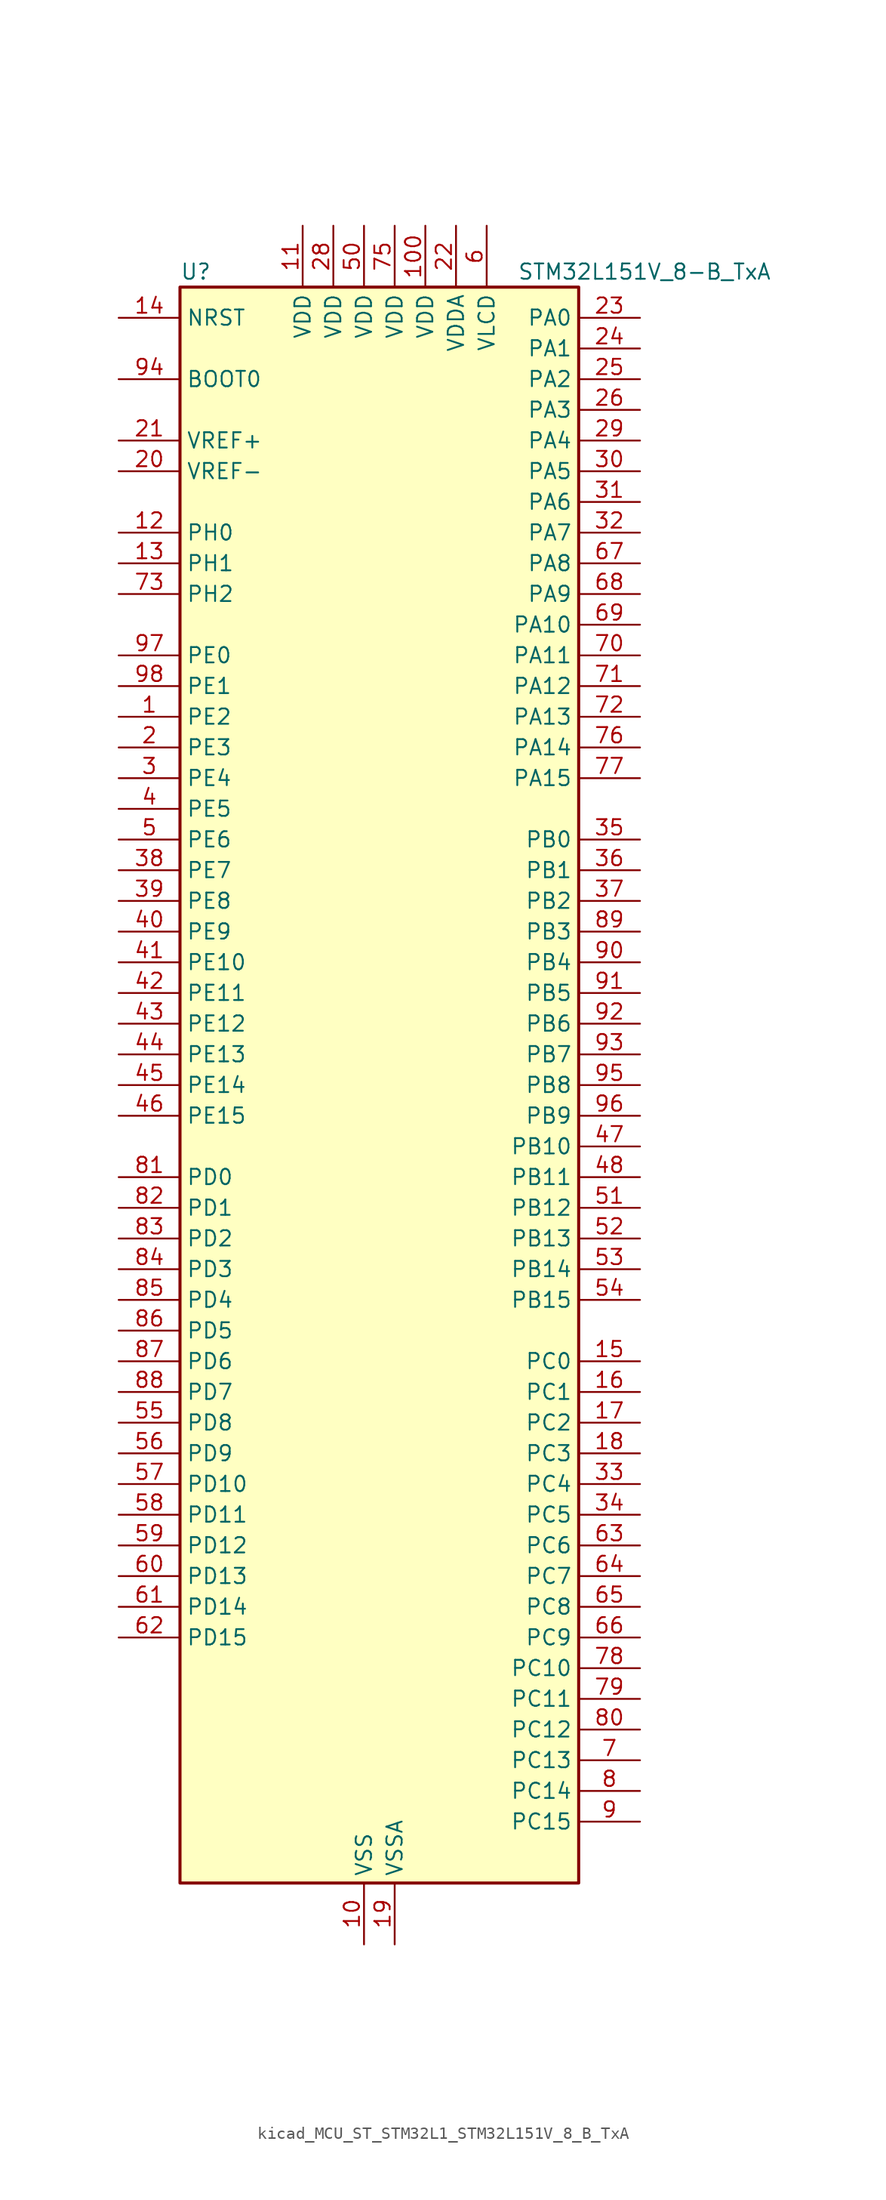
<source format=kicad_sym>
(kicad_symbol_lib
  (version 20220914)
  (generator kicad_symbol_editor)
  (symbol "kicad_MCU_ST_STM32L1_STM32L151V_8_B_TxA"
    (property "Reference" "U"
      (at -15.24 67.31 0)
      (effects (font (size 1.27 1.27)) (justify left)))
    (property "Value" "STM32L151V_8-B_TxA"
      (at 12.7 67.31 0)
      (effects (font (size 1.27 1.27)) (justify left)))
    (property "ki_locked" ""
      (at 0 0 0)
      (effects (font (size 1.27 1.27))))
    (symbol "kicad_MCU_ST_STM32L1_STM32L151V_8_B_TxA_0_1"
      (rectangle (start -15.24 -66.04) (end 17.78 66.04) (stroke (width 0.254) (type default)) (fill (type background))))
    (symbol "kicad_MCU_ST_STM32L1_STM32L151V_8_B_TxA_1_1"
      (pin bidirectional line (at -20.32 30.48 0) (length 5.08) (name "PE2" (effects (font (size 1.27 1.27)))) (number "1" (effects (font (size 1.27 1.27)))) (alternate "SYS_TRACECK" bidirectional line) (alternate "TIM3_ETR" bidirectional line) (alternate "TIMX_IC3" bidirectional line))
      (pin power_in line (at 0 -71.12 90) (length 5.08) (name "VSS" (effects (font (size 1.27 1.27)))) (number "10" (effects (font (size 1.27 1.27)))))
      (pin power_in line (at 5.08 71.12 270) (length 5.08) (name "VDD" (effects (font (size 1.27 1.27)))) (number "100" (effects (font (size 1.27 1.27)))))
      (pin power_in line (at -5.08 71.12 270) (length 5.08) (name "VDD" (effects (font (size 1.27 1.27)))) (number "11" (effects (font (size 1.27 1.27)))))
      (pin bidirectional line (at -20.32 45.72 0) (length 5.08) (name "PH0" (effects (font (size 1.27 1.27)))) (number "12" (effects (font (size 1.27 1.27)))) (alternate "RCC_OSC_IN" bidirectional line))
      (pin bidirectional line (at -20.32 43.18 0) (length 5.08) (name "PH1" (effects (font (size 1.27 1.27)))) (number "13" (effects (font (size 1.27 1.27)))) (alternate "RCC_OSC_OUT" bidirectional line))
      (pin input line (at -20.32 63.5 0) (length 5.08) (name "NRST" (effects (font (size 1.27 1.27)))) (number "14" (effects (font (size 1.27 1.27)))))
      (pin bidirectional line (at 22.86 -22.86 180) (length 5.08) (name "PC0" (effects (font (size 1.27 1.27)))) (number "15" (effects (font (size 1.27 1.27)))) (alternate "ADC_IN10" bidirectional line) (alternate "COMP1_INP" bidirectional line) (alternate "TIMX_IC1" bidirectional line) (alternate "TS_G8_IO1" bidirectional line))
      (pin bidirectional line (at 22.86 -25.4 180) (length 5.08) (name "PC1" (effects (font (size 1.27 1.27)))) (number "16" (effects (font (size 1.27 1.27)))) (alternate "ADC_IN11" bidirectional line) (alternate "COMP1_INP" bidirectional line) (alternate "TIMX_IC2" bidirectional line) (alternate "TS_G8_IO2" bidirectional line))
      (pin bidirectional line (at 22.86 -27.94 180) (length 5.08) (name "PC2" (effects (font (size 1.27 1.27)))) (number "17" (effects (font (size 1.27 1.27)))) (alternate "ADC_IN12" bidirectional line) (alternate "COMP1_INP" bidirectional line) (alternate "TIMX_IC3" bidirectional line) (alternate "TS_G8_IO3" bidirectional line))
      (pin bidirectional line (at 22.86 -30.48 180) (length 5.08) (name "PC3" (effects (font (size 1.27 1.27)))) (number "18" (effects (font (size 1.27 1.27)))) (alternate "ADC_IN13" bidirectional line) (alternate "COMP1_INP" bidirectional line) (alternate "TIMX_IC4" bidirectional line) (alternate "TS_G8_IO4" bidirectional line))
      (pin power_in line (at 2.54 -71.12 90) (length 5.08) (name "VSSA" (effects (font (size 1.27 1.27)))) (number "19" (effects (font (size 1.27 1.27)))))
      (pin bidirectional line (at -20.32 27.94 0) (length 5.08) (name "PE3" (effects (font (size 1.27 1.27)))) (number "2" (effects (font (size 1.27 1.27)))) (alternate "SYS_TRACED0" bidirectional line) (alternate "TIM3_CH1" bidirectional line) (alternate "TIMX_IC4" bidirectional line))
      (pin input line (at -20.32 50.8 0) (length 5.08) (name "VREF-" (effects (font (size 1.27 1.27)))) (number "20" (effects (font (size 1.27 1.27)))))
      (pin input line (at -20.32 53.34 0) (length 5.08) (name "VREF+" (effects (font (size 1.27 1.27)))) (number "21" (effects (font (size 1.27 1.27)))))
      (pin power_in line (at 7.62 71.12 270) (length 5.08) (name "VDDA" (effects (font (size 1.27 1.27)))) (number "22" (effects (font (size 1.27 1.27)))))
      (pin bidirectional line (at 22.86 63.5 180) (length 5.08) (name "PA0" (effects (font (size 1.27 1.27)))) (number "23" (effects (font (size 1.27 1.27)))) (alternate "ADC_IN0" bidirectional line) (alternate "COMP1_INP" bidirectional line) (alternate "RTC_TAMP2" bidirectional line) (alternate "SYS_WKUP1" bidirectional line) (alternate "TIM2_CH1" bidirectional line) (alternate "TIM2_ETR" bidirectional line) (alternate "TIMX_IC1" bidirectional line) (alternate "TS_G1_IO1" bidirectional line) (alternate "USART2_CTS" bidirectional line))
      (pin bidirectional line (at 22.86 60.96 180) (length 5.08) (name "PA1" (effects (font (size 1.27 1.27)))) (number "24" (effects (font (size 1.27 1.27)))) (alternate "ADC_IN1" bidirectional line) (alternate "COMP1_INP" bidirectional line) (alternate "TIM2_CH2" bidirectional line) (alternate "TIMX_IC2" bidirectional line) (alternate "TS_G1_IO2" bidirectional line) (alternate "USART2_RTS" bidirectional line))
      (pin bidirectional line (at 22.86 58.42 180) (length 5.08) (name "PA2" (effects (font (size 1.27 1.27)))) (number "25" (effects (font (size 1.27 1.27)))) (alternate "ADC_IN2" bidirectional line) (alternate "COMP1_INP" bidirectional line) (alternate "TIM2_CH3" bidirectional line) (alternate "TIM9_CH1" bidirectional line) (alternate "TIMX_IC3" bidirectional line) (alternate "TS_G1_IO3" bidirectional line) (alternate "USART2_TX" bidirectional line))
      (pin bidirectional line (at 22.86 55.88 180) (length 5.08) (name "PA3" (effects (font (size 1.27 1.27)))) (number "26" (effects (font (size 1.27 1.27)))) (alternate "ADC_IN3" bidirectional line) (alternate "COMP1_INP" bidirectional line) (alternate "TIM2_CH4" bidirectional line) (alternate "TIM9_CH2" bidirectional line) (alternate "TIMX_IC4" bidirectional line) (alternate "TS_G1_IO4" bidirectional line) (alternate "USART2_RX" bidirectional line))
      (pin passive line (at 0 -71.12 90) (length 5.08) hide (name "VSS" (effects (font (size 1.27 1.27)))) (number "27" (effects (font (size 1.27 1.27)))))
      (pin power_in line (at -2.54 71.12 270) (length 5.08) (name "VDD" (effects (font (size 1.27 1.27)))) (number "28" (effects (font (size 1.27 1.27)))))
      (pin bidirectional line (at 22.86 53.34 180) (length 5.08) (name "PA4" (effects (font (size 1.27 1.27)))) (number "29" (effects (font (size 1.27 1.27)))) (alternate "ADC_IN4" bidirectional line) (alternate "COMP1_INP" bidirectional line) (alternate "DAC_OUT1" bidirectional line) (alternate "SPI1_NSS" bidirectional line) (alternate "TIMX_IC1" bidirectional line) (alternate "USART2_CK" bidirectional line))
      (pin bidirectional line (at -20.32 25.4 0) (length 5.08) (name "PE4" (effects (font (size 1.27 1.27)))) (number "3" (effects (font (size 1.27 1.27)))) (alternate "SYS_TRACED1" bidirectional line) (alternate "TIM3_CH2" bidirectional line) (alternate "TIMX_IC1" bidirectional line))
      (pin bidirectional line (at 22.86 50.8 180) (length 5.08) (name "PA5" (effects (font (size 1.27 1.27)))) (number "30" (effects (font (size 1.27 1.27)))) (alternate "ADC_IN5" bidirectional line) (alternate "COMP1_INP" bidirectional line) (alternate "DAC_OUT2" bidirectional line) (alternate "SPI1_SCK" bidirectional line) (alternate "TIM2_CH1" bidirectional line) (alternate "TIM2_ETR" bidirectional line) (alternate "TIMX_IC2" bidirectional line))
      (pin bidirectional line (at 22.86 48.26 180) (length 5.08) (name "PA6" (effects (font (size 1.27 1.27)))) (number "31" (effects (font (size 1.27 1.27)))) (alternate "ADC_IN6" bidirectional line) (alternate "COMP1_INP" bidirectional line) (alternate "SPI1_MISO" bidirectional line) (alternate "TIM10_CH1" bidirectional line) (alternate "TIM3_CH1" bidirectional line) (alternate "TIMX_IC3" bidirectional line) (alternate "TS_G2_IO1" bidirectional line))
      (pin bidirectional line (at 22.86 45.72 180) (length 5.08) (name "PA7" (effects (font (size 1.27 1.27)))) (number "32" (effects (font (size 1.27 1.27)))) (alternate "ADC_IN7" bidirectional line) (alternate "COMP1_INP" bidirectional line) (alternate "SPI1_MOSI" bidirectional line) (alternate "TIM11_CH1" bidirectional line) (alternate "TIM3_CH2" bidirectional line) (alternate "TIMX_IC4" bidirectional line) (alternate "TS_G2_IO2" bidirectional line))
      (pin bidirectional line (at 22.86 -33.02 180) (length 5.08) (name "PC4" (effects (font (size 1.27 1.27)))) (number "33" (effects (font (size 1.27 1.27)))) (alternate "ADC_IN14" bidirectional line) (alternate "COMP1_INP" bidirectional line) (alternate "TIMX_IC1" bidirectional line) (alternate "TS_G9_IO1" bidirectional line))
      (pin bidirectional line (at 22.86 -35.56 180) (length 5.08) (name "PC5" (effects (font (size 1.27 1.27)))) (number "34" (effects (font (size 1.27 1.27)))) (alternate "ADC_IN15" bidirectional line) (alternate "COMP1_INP" bidirectional line) (alternate "TIMX_IC2" bidirectional line) (alternate "TS_G9_IO2" bidirectional line))
      (pin bidirectional line (at 22.86 20.32 180) (length 5.08) (name "PB0" (effects (font (size 1.27 1.27)))) (number "35" (effects (font (size 1.27 1.27)))) (alternate "ADC_IN8" bidirectional line) (alternate "COMP1_INP" bidirectional line) (alternate "SYS_V_REF_OUT" bidirectional line) (alternate "TIM3_CH3" bidirectional line) (alternate "TS_G3_IO1" bidirectional line))
      (pin bidirectional line (at 22.86 17.78 180) (length 5.08) (name "PB1" (effects (font (size 1.27 1.27)))) (number "36" (effects (font (size 1.27 1.27)))) (alternate "ADC_IN9" bidirectional line) (alternate "COMP1_INP" bidirectional line) (alternate "SYS_V_REF_OUT" bidirectional line) (alternate "TIM3_CH4" bidirectional line) (alternate "TS_G3_IO2" bidirectional line))
      (pin bidirectional line (at 22.86 15.24 180) (length 5.08) (name "PB2" (effects (font (size 1.27 1.27)))) (number "37" (effects (font (size 1.27 1.27)))) (alternate "TS_G3_IO3" bidirectional line))
      (pin bidirectional line (at -20.32 17.78 0) (length 5.08) (name "PE7" (effects (font (size 1.27 1.27)))) (number "38" (effects (font (size 1.27 1.27)))) (alternate "ADC_IN22" bidirectional line) (alternate "COMP1_INP" bidirectional line) (alternate "TIMX_IC4" bidirectional line))
      (pin bidirectional line (at -20.32 15.24 0) (length 5.08) (name "PE8" (effects (font (size 1.27 1.27)))) (number "39" (effects (font (size 1.27 1.27)))) (alternate "ADC_IN23" bidirectional line) (alternate "COMP1_INP" bidirectional line) (alternate "TIMX_IC1" bidirectional line))
      (pin bidirectional line (at -20.32 22.86 0) (length 5.08) (name "PE5" (effects (font (size 1.27 1.27)))) (number "4" (effects (font (size 1.27 1.27)))) (alternate "SYS_TRACED2" bidirectional line) (alternate "TIM9_CH1" bidirectional line) (alternate "TIMX_IC2" bidirectional line))
      (pin bidirectional line (at -20.32 12.7 0) (length 5.08) (name "PE9" (effects (font (size 1.27 1.27)))) (number "40" (effects (font (size 1.27 1.27)))) (alternate "ADC_IN24" bidirectional line) (alternate "COMP1_INP" bidirectional line) (alternate "DAC_EXTI9" bidirectional line) (alternate "TIM2_CH1" bidirectional line) (alternate "TIM2_ETR" bidirectional line) (alternate "TIMX_IC2" bidirectional line))
      (pin bidirectional line (at -20.32 10.16 0) (length 5.08) (name "PE10" (effects (font (size 1.27 1.27)))) (number "41" (effects (font (size 1.27 1.27)))) (alternate "ADC_IN25" bidirectional line) (alternate "COMP1_INP" bidirectional line) (alternate "TIM2_CH2" bidirectional line) (alternate "TIMX_IC3" bidirectional line))
      (pin bidirectional line (at -20.32 7.62 0) (length 5.08) (name "PE11" (effects (font (size 1.27 1.27)))) (number "42" (effects (font (size 1.27 1.27)))) (alternate "ADC_EXTI11" bidirectional line) (alternate "TIM2_CH3" bidirectional line) (alternate "TIMX_IC4" bidirectional line))
      (pin bidirectional line (at -20.32 5.08 0) (length 5.08) (name "PE12" (effects (font (size 1.27 1.27)))) (number "43" (effects (font (size 1.27 1.27)))) (alternate "SPI1_NSS" bidirectional line) (alternate "TIM2_CH4" bidirectional line) (alternate "TIMX_IC1" bidirectional line))
      (pin bidirectional line (at -20.32 2.54 0) (length 5.08) (name "PE13" (effects (font (size 1.27 1.27)))) (number "44" (effects (font (size 1.27 1.27)))) (alternate "SPI1_SCK" bidirectional line) (alternate "TIMX_IC2" bidirectional line))
      (pin bidirectional line (at -20.32 0 0) (length 5.08) (name "PE14" (effects (font (size 1.27 1.27)))) (number "45" (effects (font (size 1.27 1.27)))) (alternate "SPI1_MISO" bidirectional line) (alternate "TIMX_IC3" bidirectional line))
      (pin bidirectional line (at -20.32 -2.54 0) (length 5.08) (name "PE15" (effects (font (size 1.27 1.27)))) (number "46" (effects (font (size 1.27 1.27)))) (alternate "ADC_EXTI15" bidirectional line) (alternate "SPI1_MOSI" bidirectional line) (alternate "TIMX_IC4" bidirectional line))
      (pin bidirectional line (at 22.86 -5.08 180) (length 5.08) (name "PB10" (effects (font (size 1.27 1.27)))) (number "47" (effects (font (size 1.27 1.27)))) (alternate "I2C2_SCL" bidirectional line) (alternate "TIM2_CH3" bidirectional line) (alternate "USART3_TX" bidirectional line))
      (pin bidirectional line (at 22.86 -7.62 180) (length 5.08) (name "PB11" (effects (font (size 1.27 1.27)))) (number "48" (effects (font (size 1.27 1.27)))) (alternate "ADC_EXTI11" bidirectional line) (alternate "I2C2_SDA" bidirectional line) (alternate "TIM2_CH4" bidirectional line) (alternate "USART3_RX" bidirectional line))
      (pin passive line (at 0 -71.12 90) (length 5.08) hide (name "VSS" (effects (font (size 1.27 1.27)))) (number "49" (effects (font (size 1.27 1.27)))))
      (pin bidirectional line (at -20.32 20.32 0) (length 5.08) (name "PE6" (effects (font (size 1.27 1.27)))) (number "5" (effects (font (size 1.27 1.27)))) (alternate "RTC_TAMP3" bidirectional line) (alternate "SYS_TRACED3" bidirectional line) (alternate "SYS_WKUP3" bidirectional line) (alternate "TIM9_CH2" bidirectional line) (alternate "TIMX_IC3" bidirectional line))
      (pin power_in line (at 0 71.12 270) (length 5.08) (name "VDD" (effects (font (size 1.27 1.27)))) (number "50" (effects (font (size 1.27 1.27)))))
      (pin bidirectional line (at 22.86 -10.16 180) (length 5.08) (name "PB12" (effects (font (size 1.27 1.27)))) (number "51" (effects (font (size 1.27 1.27)))) (alternate "ADC_IN18" bidirectional line) (alternate "COMP1_INP" bidirectional line) (alternate "I2C2_SMBA" bidirectional line) (alternate "SPI2_NSS" bidirectional line) (alternate "TIM10_CH1" bidirectional line) (alternate "TS_G7_IO1" bidirectional line) (alternate "USART3_CK" bidirectional line))
      (pin bidirectional line (at 22.86 -12.7 180) (length 5.08) (name "PB13" (effects (font (size 1.27 1.27)))) (number "52" (effects (font (size 1.27 1.27)))) (alternate "ADC_IN19" bidirectional line) (alternate "COMP1_INP" bidirectional line) (alternate "SPI2_SCK" bidirectional line) (alternate "TIM9_CH1" bidirectional line) (alternate "TS_G7_IO2" bidirectional line) (alternate "USART3_CTS" bidirectional line))
      (pin bidirectional line (at 22.86 -15.24 180) (length 5.08) (name "PB14" (effects (font (size 1.27 1.27)))) (number "53" (effects (font (size 1.27 1.27)))) (alternate "ADC_IN20" bidirectional line) (alternate "COMP1_INP" bidirectional line) (alternate "SPI2_MISO" bidirectional line) (alternate "TIM9_CH2" bidirectional line) (alternate "TS_G7_IO3" bidirectional line) (alternate "USART3_RTS" bidirectional line))
      (pin bidirectional line (at 22.86 -17.78 180) (length 5.08) (name "PB15" (effects (font (size 1.27 1.27)))) (number "54" (effects (font (size 1.27 1.27)))) (alternate "ADC_EXTI15" bidirectional line) (alternate "ADC_IN21" bidirectional line) (alternate "COMP1_INP" bidirectional line) (alternate "RTC_REFIN" bidirectional line) (alternate "SPI2_MOSI" bidirectional line) (alternate "TIM11_CH1" bidirectional line) (alternate "TS_G7_IO4" bidirectional line))
      (pin bidirectional line (at -20.32 -27.94 0) (length 5.08) (name "PD8" (effects (font (size 1.27 1.27)))) (number "55" (effects (font (size 1.27 1.27)))) (alternate "TIMX_IC1" bidirectional line) (alternate "USART3_TX" bidirectional line))
      (pin bidirectional line (at -20.32 -30.48 0) (length 5.08) (name "PD9" (effects (font (size 1.27 1.27)))) (number "56" (effects (font (size 1.27 1.27)))) (alternate "DAC_EXTI9" bidirectional line) (alternate "TIMX_IC2" bidirectional line) (alternate "USART3_RX" bidirectional line))
      (pin bidirectional line (at -20.32 -33.02 0) (length 5.08) (name "PD10" (effects (font (size 1.27 1.27)))) (number "57" (effects (font (size 1.27 1.27)))) (alternate "TIMX_IC3" bidirectional line) (alternate "USART3_CK" bidirectional line))
      (pin bidirectional line (at -20.32 -35.56 0) (length 5.08) (name "PD11" (effects (font (size 1.27 1.27)))) (number "58" (effects (font (size 1.27 1.27)))) (alternate "ADC_EXTI11" bidirectional line) (alternate "TIMX_IC4" bidirectional line) (alternate "USART3_CTS" bidirectional line))
      (pin bidirectional line (at -20.32 -38.1 0) (length 5.08) (name "PD12" (effects (font (size 1.27 1.27)))) (number "59" (effects (font (size 1.27 1.27)))) (alternate "TIM4_CH1" bidirectional line) (alternate "TIMX_IC1" bidirectional line) (alternate "USART3_RTS" bidirectional line))
      (pin power_in line (at 10.16 71.12 270) (length 5.08) (name "VLCD" (effects (font (size 1.27 1.27)))) (number "6" (effects (font (size 1.27 1.27)))))
      (pin bidirectional line (at -20.32 -40.64 0) (length 5.08) (name "PD13" (effects (font (size 1.27 1.27)))) (number "60" (effects (font (size 1.27 1.27)))) (alternate "TIM4_CH2" bidirectional line) (alternate "TIMX_IC2" bidirectional line))
      (pin bidirectional line (at -20.32 -43.18 0) (length 5.08) (name "PD14" (effects (font (size 1.27 1.27)))) (number "61" (effects (font (size 1.27 1.27)))) (alternate "TIM4_CH3" bidirectional line) (alternate "TIMX_IC3" bidirectional line))
      (pin bidirectional line (at -20.32 -45.72 0) (length 5.08) (name "PD15" (effects (font (size 1.27 1.27)))) (number "62" (effects (font (size 1.27 1.27)))) (alternate "ADC_EXTI15" bidirectional line) (alternate "TIM4_CH4" bidirectional line) (alternate "TIMX_IC4" bidirectional line))
      (pin bidirectional line (at 22.86 -38.1 180) (length 5.08) (name "PC6" (effects (font (size 1.27 1.27)))) (number "63" (effects (font (size 1.27 1.27)))) (alternate "TIM3_CH1" bidirectional line) (alternate "TIMX_IC3" bidirectional line) (alternate "TS_G10_IO1" bidirectional line))
      (pin bidirectional line (at 22.86 -40.64 180) (length 5.08) (name "PC7" (effects (font (size 1.27 1.27)))) (number "64" (effects (font (size 1.27 1.27)))) (alternate "TIM3_CH2" bidirectional line) (alternate "TIMX_IC4" bidirectional line) (alternate "TS_G10_IO2" bidirectional line))
      (pin bidirectional line (at 22.86 -43.18 180) (length 5.08) (name "PC8" (effects (font (size 1.27 1.27)))) (number "65" (effects (font (size 1.27 1.27)))) (alternate "TIM3_CH3" bidirectional line) (alternate "TIMX_IC1" bidirectional line) (alternate "TS_G10_IO3" bidirectional line))
      (pin bidirectional line (at 22.86 -45.72 180) (length 5.08) (name "PC9" (effects (font (size 1.27 1.27)))) (number "66" (effects (font (size 1.27 1.27)))) (alternate "DAC_EXTI9" bidirectional line) (alternate "TIM3_CH4" bidirectional line) (alternate "TIMX_IC2" bidirectional line) (alternate "TS_G10_IO4" bidirectional line))
      (pin bidirectional line (at 22.86 43.18 180) (length 5.08) (name "PA8" (effects (font (size 1.27 1.27)))) (number "67" (effects (font (size 1.27 1.27)))) (alternate "RCC_MCO" bidirectional line) (alternate "TIMX_IC1" bidirectional line) (alternate "TS_G4_IO1" bidirectional line) (alternate "USART1_CK" bidirectional line))
      (pin bidirectional line (at 22.86 40.64 180) (length 5.08) (name "PA9" (effects (font (size 1.27 1.27)))) (number "68" (effects (font (size 1.27 1.27)))) (alternate "DAC_EXTI9" bidirectional line) (alternate "TIMX_IC2" bidirectional line) (alternate "TS_G4_IO2" bidirectional line) (alternate "USART1_TX" bidirectional line))
      (pin bidirectional line (at 22.86 38.1 180) (length 5.08) (name "PA10" (effects (font (size 1.27 1.27)))) (number "69" (effects (font (size 1.27 1.27)))) (alternate "TIMX_IC3" bidirectional line) (alternate "TS_G4_IO3" bidirectional line) (alternate "USART1_RX" bidirectional line))
      (pin bidirectional line (at 22.86 -55.88 180) (length 5.08) (name "PC13" (effects (font (size 1.27 1.27)))) (number "7" (effects (font (size 1.27 1.27)))) (alternate "RTC_OUT_ALARM" bidirectional line) (alternate "RTC_OUT_CALIB" bidirectional line) (alternate "RTC_TAMP1" bidirectional line) (alternate "RTC_TS" bidirectional line) (alternate "SYS_WKUP2" bidirectional line) (alternate "TIMX_IC2" bidirectional line))
      (pin bidirectional line (at 22.86 35.56 180) (length 5.08) (name "PA11" (effects (font (size 1.27 1.27)))) (number "70" (effects (font (size 1.27 1.27)))) (alternate "ADC_EXTI11" bidirectional line) (alternate "SPI1_MISO" bidirectional line) (alternate "TIMX_IC4" bidirectional line) (alternate "USART1_CTS" bidirectional line) (alternate "USB_DM" bidirectional line))
      (pin bidirectional line (at 22.86 33.02 180) (length 5.08) (name "PA12" (effects (font (size 1.27 1.27)))) (number "71" (effects (font (size 1.27 1.27)))) (alternate "SPI1_MOSI" bidirectional line) (alternate "TIMX_IC1" bidirectional line) (alternate "USART1_RTS" bidirectional line) (alternate "USB_DP" bidirectional line))
      (pin bidirectional line (at 22.86 30.48 180) (length 5.08) (name "PA13" (effects (font (size 1.27 1.27)))) (number "72" (effects (font (size 1.27 1.27)))) (alternate "SYS_JTMS-SWDIO" bidirectional line) (alternate "TIMX_IC2" bidirectional line) (alternate "TS_G5_IO1" bidirectional line))
      (pin bidirectional line (at -20.32 40.64 0) (length 5.08) (name "PH2" (effects (font (size 1.27 1.27)))) (number "73" (effects (font (size 1.27 1.27)))))
      (pin passive line (at 0 -71.12 90) (length 5.08) hide (name "VSS" (effects (font (size 1.27 1.27)))) (number "74" (effects (font (size 1.27 1.27)))))
      (pin power_in line (at 2.54 71.12 270) (length 5.08) (name "VDD" (effects (font (size 1.27 1.27)))) (number "75" (effects (font (size 1.27 1.27)))))
      (pin bidirectional line (at 22.86 27.94 180) (length 5.08) (name "PA14" (effects (font (size 1.27 1.27)))) (number "76" (effects (font (size 1.27 1.27)))) (alternate "SYS_JTCK-SWCLK" bidirectional line) (alternate "TIMX_IC3" bidirectional line) (alternate "TS_G5_IO2" bidirectional line))
      (pin bidirectional line (at 22.86 25.4 180) (length 5.08) (name "PA15" (effects (font (size 1.27 1.27)))) (number "77" (effects (font (size 1.27 1.27)))) (alternate "ADC_EXTI15" bidirectional line) (alternate "SPI1_NSS" bidirectional line) (alternate "SYS_JTDI" bidirectional line) (alternate "TIM2_CH1" bidirectional line) (alternate "TIM2_ETR" bidirectional line) (alternate "TIMX_IC4" bidirectional line) (alternate "TS_G5_IO3" bidirectional line))
      (pin bidirectional line (at 22.86 -48.26 180) (length 5.08) (name "PC10" (effects (font (size 1.27 1.27)))) (number "78" (effects (font (size 1.27 1.27)))) (alternate "TIMX_IC3" bidirectional line) (alternate "USART3_TX" bidirectional line))
      (pin bidirectional line (at 22.86 -50.8 180) (length 5.08) (name "PC11" (effects (font (size 1.27 1.27)))) (number "79" (effects (font (size 1.27 1.27)))) (alternate "ADC_EXTI11" bidirectional line) (alternate "TIMX_IC4" bidirectional line) (alternate "USART3_RX" bidirectional line))
      (pin bidirectional line (at 22.86 -58.42 180) (length 5.08) (name "PC14" (effects (font (size 1.27 1.27)))) (number "8" (effects (font (size 1.27 1.27)))) (alternate "RCC_OSC32_IN" bidirectional line) (alternate "TIMX_IC3" bidirectional line))
      (pin bidirectional line (at 22.86 -53.34 180) (length 5.08) (name "PC12" (effects (font (size 1.27 1.27)))) (number "80" (effects (font (size 1.27 1.27)))) (alternate "TIMX_IC1" bidirectional line) (alternate "USART3_CK" bidirectional line))
      (pin bidirectional line (at -20.32 -7.62 0) (length 5.08) (name "PD0" (effects (font (size 1.27 1.27)))) (number "81" (effects (font (size 1.27 1.27)))) (alternate "SPI2_NSS" bidirectional line) (alternate "TIM9_CH1" bidirectional line) (alternate "TIMX_IC1" bidirectional line))
      (pin bidirectional line (at -20.32 -10.16 0) (length 5.08) (name "PD1" (effects (font (size 1.27 1.27)))) (number "82" (effects (font (size 1.27 1.27)))) (alternate "SPI2_SCK" bidirectional line) (alternate "TIMX_IC2" bidirectional line))
      (pin bidirectional line (at -20.32 -12.7 0) (length 5.08) (name "PD2" (effects (font (size 1.27 1.27)))) (number "83" (effects (font (size 1.27 1.27)))) (alternate "TIM3_ETR" bidirectional line) (alternate "TIMX_IC3" bidirectional line))
      (pin bidirectional line (at -20.32 -15.24 0) (length 5.08) (name "PD3" (effects (font (size 1.27 1.27)))) (number "84" (effects (font (size 1.27 1.27)))) (alternate "SPI2_MISO" bidirectional line) (alternate "TIMX_IC4" bidirectional line) (alternate "USART2_CTS" bidirectional line))
      (pin bidirectional line (at -20.32 -17.78 0) (length 5.08) (name "PD4" (effects (font (size 1.27 1.27)))) (number "85" (effects (font (size 1.27 1.27)))) (alternate "SPI2_MOSI" bidirectional line) (alternate "TIMX_IC1" bidirectional line) (alternate "USART2_RTS" bidirectional line))
      (pin bidirectional line (at -20.32 -20.32 0) (length 5.08) (name "PD5" (effects (font (size 1.27 1.27)))) (number "86" (effects (font (size 1.27 1.27)))) (alternate "TIMX_IC2" bidirectional line) (alternate "USART2_TX" bidirectional line))
      (pin bidirectional line (at -20.32 -22.86 0) (length 5.08) (name "PD6" (effects (font (size 1.27 1.27)))) (number "87" (effects (font (size 1.27 1.27)))) (alternate "TIMX_IC3" bidirectional line) (alternate "USART2_RX" bidirectional line))
      (pin bidirectional line (at -20.32 -25.4 0) (length 5.08) (name "PD7" (effects (font (size 1.27 1.27)))) (number "88" (effects (font (size 1.27 1.27)))) (alternate "TIM9_CH2" bidirectional line) (alternate "TIMX_IC4" bidirectional line) (alternate "USART2_CK" bidirectional line))
      (pin bidirectional line (at 22.86 12.7 180) (length 5.08) (name "PB3" (effects (font (size 1.27 1.27)))) (number "89" (effects (font (size 1.27 1.27)))) (alternate "COMP2_INM" bidirectional line) (alternate "SPI1_SCK" bidirectional line) (alternate "SYS_JTDO-TRACESWO" bidirectional line) (alternate "TIM2_CH2" bidirectional line))
      (pin bidirectional line (at 22.86 -60.96 180) (length 5.08) (name "PC15" (effects (font (size 1.27 1.27)))) (number "9" (effects (font (size 1.27 1.27)))) (alternate "ADC_EXTI15" bidirectional line) (alternate "RCC_OSC32_OUT" bidirectional line) (alternate "TIMX_IC4" bidirectional line))
      (pin bidirectional line (at 22.86 10.16 180) (length 5.08) (name "PB4" (effects (font (size 1.27 1.27)))) (number "90" (effects (font (size 1.27 1.27)))) (alternate "COMP2_INP" bidirectional line) (alternate "SPI1_MISO" bidirectional line) (alternate "SYS_JTRST" bidirectional line) (alternate "TIM3_CH1" bidirectional line) (alternate "TS_G6_IO1" bidirectional line))
      (pin bidirectional line (at 22.86 7.62 180) (length 5.08) (name "PB5" (effects (font (size 1.27 1.27)))) (number "91" (effects (font (size 1.27 1.27)))) (alternate "COMP2_INP" bidirectional line) (alternate "I2C1_SMBA" bidirectional line) (alternate "SPI1_MOSI" bidirectional line) (alternate "TIM3_CH2" bidirectional line) (alternate "TS_G6_IO2" bidirectional line))
      (pin bidirectional line (at 22.86 5.08 180) (length 5.08) (name "PB6" (effects (font (size 1.27 1.27)))) (number "92" (effects (font (size 1.27 1.27)))) (alternate "I2C1_SCL" bidirectional line) (alternate "TIM4_CH1" bidirectional line) (alternate "TS_G6_IO3" bidirectional line) (alternate "USART1_TX" bidirectional line))
      (pin bidirectional line (at 22.86 2.54 180) (length 5.08) (name "PB7" (effects (font (size 1.27 1.27)))) (number "93" (effects (font (size 1.27 1.27)))) (alternate "I2C1_SDA" bidirectional line) (alternate "SYS_PVD_IN" bidirectional line) (alternate "TIM4_CH2" bidirectional line) (alternate "TS_G6_IO4" bidirectional line) (alternate "USART1_RX" bidirectional line))
      (pin input line (at -20.32 58.42 0) (length 5.08) (name "BOOT0" (effects (font (size 1.27 1.27)))) (number "94" (effects (font (size 1.27 1.27)))))
      (pin bidirectional line (at 22.86 0 180) (length 5.08) (name "PB8" (effects (font (size 1.27 1.27)))) (number "95" (effects (font (size 1.27 1.27)))) (alternate "I2C1_SCL" bidirectional line) (alternate "TIM10_CH1" bidirectional line) (alternate "TIM4_CH3" bidirectional line))
      (pin bidirectional line (at 22.86 -2.54 180) (length 5.08) (name "PB9" (effects (font (size 1.27 1.27)))) (number "96" (effects (font (size 1.27 1.27)))) (alternate "DAC_EXTI9" bidirectional line) (alternate "I2C1_SDA" bidirectional line) (alternate "TIM11_CH1" bidirectional line) (alternate "TIM4_CH4" bidirectional line))
      (pin bidirectional line (at -20.32 35.56 0) (length 5.08) (name "PE0" (effects (font (size 1.27 1.27)))) (number "97" (effects (font (size 1.27 1.27)))) (alternate "TIM10_CH1" bidirectional line) (alternate "TIM4_ETR" bidirectional line) (alternate "TIMX_IC1" bidirectional line))
      (pin bidirectional line (at -20.32 33.02 0) (length 5.08) (name "PE1" (effects (font (size 1.27 1.27)))) (number "98" (effects (font (size 1.27 1.27)))) (alternate "TIM11_CH1" bidirectional line) (alternate "TIMX_IC2" bidirectional line))
      (pin passive line (at 0 -71.12 90) (length 5.08) hide (name "VSS" (effects (font (size 1.27 1.27)))) (number "99" (effects (font (size 1.27 1.27))))))))
</source>
